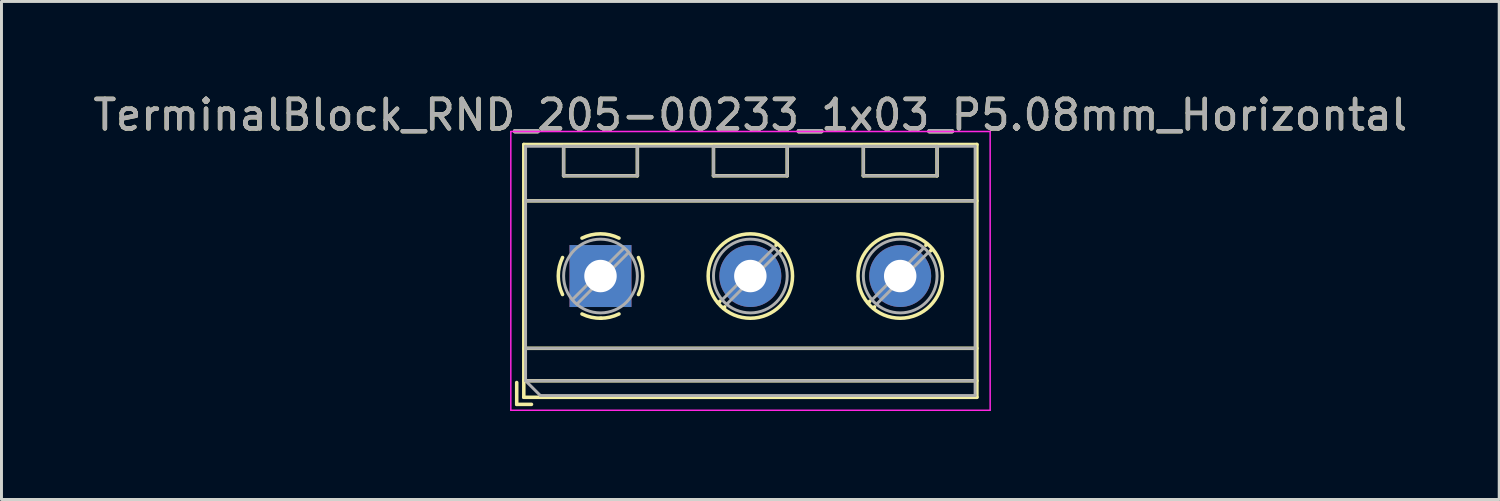
<source format=kicad_pcb>
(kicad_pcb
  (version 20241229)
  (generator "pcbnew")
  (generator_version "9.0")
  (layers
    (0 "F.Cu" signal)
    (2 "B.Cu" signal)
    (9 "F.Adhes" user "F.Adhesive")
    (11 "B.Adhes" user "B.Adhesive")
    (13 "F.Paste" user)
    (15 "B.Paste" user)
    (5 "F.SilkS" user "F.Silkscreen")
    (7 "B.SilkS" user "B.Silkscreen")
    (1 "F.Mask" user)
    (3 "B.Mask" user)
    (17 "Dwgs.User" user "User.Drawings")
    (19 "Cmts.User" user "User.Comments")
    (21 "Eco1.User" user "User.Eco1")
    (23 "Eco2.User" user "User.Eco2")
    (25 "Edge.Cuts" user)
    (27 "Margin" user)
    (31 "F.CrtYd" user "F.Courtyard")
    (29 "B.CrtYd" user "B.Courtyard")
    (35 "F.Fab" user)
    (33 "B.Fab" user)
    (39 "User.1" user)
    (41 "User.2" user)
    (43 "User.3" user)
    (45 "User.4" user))
  (footprint "TerminalBlock_RND_205-00233_1x03_P5.08mm_Horizontal"
    (layer "F.Cu")
    (at 17.307 6.308)
    (property "Reference" "TerminalBlock_RND_205-00233_1x03_P5.08mm_Horizontal" (at 5.08 -5.46 0) (layer "F.SilkS") (effects (font (size 1 1) (thickness 0.15))))
    (attr through_hole)
    (fp_line (start -2.84 3.61) (end -2.84 4.35) (stroke (width 0.12) (type solid)) (layer "F.SilkS"))
    (fp_line (start -2.84 4.35) (end -2.34 4.35) (stroke (width 0.12) (type solid)) (layer "F.SilkS"))
    (fp_line (start -2.6 -4.46) (end -2.6 4.11) (stroke (width 0.12) (type solid)) (layer "F.SilkS"))
    (fp_line (start -2.6 -4.46) (end 12.76 -4.46) (stroke (width 0.12) (type solid)) (layer "F.SilkS"))
    (fp_line (start -2.6 -2.55) (end 12.76 -2.55) (stroke (width 0.12) (type solid)) (layer "F.SilkS"))
    (fp_line (start -2.6 2.45) (end 12.76 2.45) (stroke (width 0.12) (type solid)) (layer "F.SilkS"))
    (fp_line (start -2.6 3.55) (end 12.76 3.55) (stroke (width 0.12) (type solid)) (layer "F.SilkS"))
    (fp_line (start -2.6 4.11) (end 12.76 4.11) (stroke (width 0.12) (type solid)) (layer "F.SilkS"))
    (fp_line (start -1.25 -4.4) (end -1.25 -3.4) (stroke (width 0.12) (type solid)) (layer "F.SilkS"))
    (fp_line (start -1.25 -4.4) (end 1.25 -4.4) (stroke (width 0.12) (type solid)) (layer "F.SilkS"))
    (fp_line (start -1.25 -3.4) (end 1.25 -3.4) (stroke (width 0.12) (type solid)) (layer "F.SilkS"))
    (fp_line (start 1.25 -4.4) (end 1.25 -3.4) (stroke (width 0.12) (type solid)) (layer "F.SilkS"))
    (fp_line (start 3.83 -4.4) (end 3.83 -3.4) (stroke (width 0.12) (type solid)) (layer "F.SilkS"))
    (fp_line (start 3.83 -4.4) (end 6.33 -4.4) (stroke (width 0.12) (type solid)) (layer "F.SilkS"))
    (fp_line (start 3.83 -3.4) (end 6.33 -3.4) (stroke (width 0.12) (type solid)) (layer "F.SilkS"))
    (fp_line (start 4.056 0.85) (end 3.996 0.91) (stroke (width 0.12) (type solid)) (layer "F.SilkS"))
    (fp_line (start 4.21 1.045) (end 4.17 1.085) (stroke (width 0.12) (type solid)) (layer "F.SilkS"))
    (fp_line (start 5.991 -1.085) (end 5.951 -1.045) (stroke (width 0.12) (type solid)) (layer "F.SilkS"))
    (fp_line (start 6.165 -0.91) (end 6.105 -0.851) (stroke (width 0.12) (type solid)) (layer "F.SilkS"))
    (fp_line (start 6.33 -4.4) (end 6.33 -3.4) (stroke (width 0.12) (type solid)) (layer "F.SilkS"))
    (fp_line (start 8.91 -4.4) (end 8.91 -3.4) (stroke (width 0.12) (type solid)) (layer "F.SilkS"))
    (fp_line (start 8.91 -4.4) (end 11.41 -4.4) (stroke (width 0.12) (type solid)) (layer "F.SilkS"))
    (fp_line (start 8.91 -3.4) (end 11.41 -3.4) (stroke (width 0.12) (type solid)) (layer "F.SilkS"))
    (fp_line (start 9.136 0.85) (end 9.076 0.91) (stroke (width 0.12) (type solid)) (layer "F.SilkS"))
    (fp_line (start 9.29 1.045) (end 9.25 1.085) (stroke (width 0.12) (type solid)) (layer "F.SilkS"))
    (fp_line (start 11.071 -1.085) (end 11.031 -1.045) (stroke (width 0.12) (type solid)) (layer "F.SilkS"))
    (fp_line (start 11.245 -0.91) (end 11.185 -0.851) (stroke (width 0.12) (type solid)) (layer "F.SilkS"))
    (fp_line (start 11.41 -4.4) (end 11.41 -3.4) (stroke (width 0.12) (type solid)) (layer "F.SilkS"))
    (fp_line (start 12.76 -4.46) (end 12.76 4.11) (stroke (width 0.12) (type solid)) (layer "F.SilkS"))
    (fp_arc (start -1.286611 0.626746) (mid -1.431146 -0.000697) (end -1.286 -0.628) (stroke (width 0.12) (type solid)) (layer "F.SilkS"))
    (fp_arc (start -0.627362 -1.285823) (mid -0.000201 -1.430707) (end 0.627 -1.286) (stroke (width 0.12) (type solid)) (layer "F.SilkS"))
    (fp_arc (start 0.02428 1.43094) (mid -0.310437 1.397071) (end -0.628 1.286) (stroke (width 0.12) (type solid)) (layer "F.SilkS"))
    (fp_arc (start 0.626871 1.285275) (mid 0.32168 1.393349) (end 0 1.43) (stroke (width 0.12) (type solid)) (layer "F.SilkS"))
    (fp_arc (start 1.285823 -0.627362) (mid 1.430707 -0.000201) (end 1.286 0.627) (stroke (width 0.12) (type solid)) (layer "F.SilkS"))
    (fp_circle (center 5.08 0) (end 6.51 0) (stroke (width 0.12) (type solid)) (fill no) (layer "F.SilkS"))
    (fp_circle (center 10.16 0) (end 11.59 0) (stroke (width 0.12) (type solid)) (fill no) (layer "F.SilkS"))
    (fp_line (start -3.04 -4.9) (end -3.04 4.55) (stroke (width 0.05) (type solid)) (layer "F.CrtYd"))
    (fp_line (start -3.04 4.55) (end 13.21 4.55) (stroke (width 0.05) (type solid)) (layer "F.CrtYd"))
    (fp_line (start 13.21 -4.9) (end -3.04 -4.9) (stroke (width 0.05) (type solid)) (layer "F.CrtYd"))
    (fp_line (start 13.21 4.55) (end 13.21 -4.9) (stroke (width 0.05) (type solid)) (layer "F.CrtYd"))
    (fp_line (start -2.54 -4.4) (end 12.7 -4.4) (stroke (width 0.1) (type solid)) (layer "F.Fab"))
    (fp_line (start -2.54 -2.55) (end 12.7 -2.55) (stroke (width 0.1) (type solid)) (layer "F.Fab"))
    (fp_line (start -2.54 2.45) (end 12.7 2.45) (stroke (width 0.1) (type solid)) (layer "F.Fab"))
    (fp_line (start -2.54 3.55) (end -2.54 -4.4) (stroke (width 0.1) (type solid)) (layer "F.Fab"))
    (fp_line (start -2.54 3.55) (end 12.7 3.55) (stroke (width 0.1) (type solid)) (layer "F.Fab"))
    (fp_line (start -2.04 4.05) (end -2.54 3.55) (stroke (width 0.1) (type solid)) (layer "F.Fab"))
    (fp_line (start -1.25 -4.4) (end -1.25 -3.4) (stroke (width 0.1) (type solid)) (layer "F.Fab"))
    (fp_line (start -1.25 -3.4) (end 1.25 -3.4) (stroke (width 0.1) (type solid)) (layer "F.Fab"))
    (fp_line (start 0.796 -0.948) (end -0.949 0.796) (stroke (width 0.1) (type solid)) (layer "F.Fab"))
    (fp_line (start 0.949 -0.796) (end -0.796 0.948) (stroke (width 0.1) (type solid)) (layer "F.Fab"))
    (fp_line (start 1.25 -4.4) (end -1.25 -4.4) (stroke (width 0.1) (type solid)) (layer "F.Fab"))
    (fp_line (start 1.25 -3.4) (end 1.25 -4.4) (stroke (width 0.1) (type solid)) (layer "F.Fab"))
    (fp_line (start 3.83 -4.4) (end 3.83 -3.4) (stroke (width 0.1) (type solid)) (layer "F.Fab"))
    (fp_line (start 3.83 -3.4) (end 6.33 -3.4) (stroke (width 0.1) (type solid)) (layer "F.Fab"))
    (fp_line (start 5.876 -0.948) (end 4.132 0.796) (stroke (width 0.1) (type solid)) (layer "F.Fab"))
    (fp_line (start 6.029 -0.796) (end 4.285 0.948) (stroke (width 0.1) (type solid)) (layer "F.Fab"))
    (fp_line (start 6.33 -4.4) (end 3.83 -4.4) (stroke (width 0.1) (type solid)) (layer "F.Fab"))
    (fp_line (start 6.33 -3.4) (end 6.33 -4.4) (stroke (width 0.1) (type solid)) (layer "F.Fab"))
    (fp_line (start 8.91 -4.4) (end 8.91 -3.4) (stroke (width 0.1) (type solid)) (layer "F.Fab"))
    (fp_line (start 8.91 -3.4) (end 11.41 -3.4) (stroke (width 0.1) (type solid)) (layer "F.Fab"))
    (fp_line (start 10.956 -0.948) (end 9.212 0.796) (stroke (width 0.1) (type solid)) (layer "F.Fab"))
    (fp_line (start 11.109 -0.796) (end 9.365 0.948) (stroke (width 0.1) (type solid)) (layer "F.Fab"))
    (fp_line (start 11.41 -4.4) (end 8.91 -4.4) (stroke (width 0.1) (type solid)) (layer "F.Fab"))
    (fp_line (start 11.41 -3.4) (end 11.41 -4.4) (stroke (width 0.1) (type solid)) (layer "F.Fab"))
    (fp_line (start 12.7 -4.4) (end 12.7 4.05) (stroke (width 0.1) (type solid)) (layer "F.Fab"))
    (fp_line (start 12.7 4.05) (end -2.04 4.05) (stroke (width 0.1) (type solid)) (layer "F.Fab"))
    (fp_circle (center 0 0) (end 1.25 0) (stroke (width 0.1) (type solid)) (fill no) (layer "F.Fab"))
    (fp_circle (center 5.08 0) (end 6.33 0) (stroke (width 0.1) (type solid)) (fill no) (layer "F.Fab"))
    (fp_circle (center 10.16 0) (end 11.41 0) (stroke (width 0.1) (type solid)) (fill no) (layer "F.Fab"))
    (fp_text user "${REFERENCE}" (at 5.08 -5.46 0) (layer "F.Fab") (effects (font (size 1 1) (thickness 0.15))))
    (pad "1" thru_hole rect (at 0 0) (size 2.1 2.1) (drill 1.1) (layers "*.Cu" "*.Mask"))
    (pad "2" thru_hole circle (at 5.08 0) (size 2.1 2.1) (drill 1.1) (layers "*.Cu" "*.Mask"))
    (pad "3" thru_hole circle (at 10.16 0) (size 2.1 2.1) (drill 1.1) (layers "*.Cu" "*.Mask")))
  (gr_rect
    (start -3 -3)
    (end 47.774 13.883)
    (stroke (width 0.1) (type default))
    (fill no)
    (layer "Edge.Cuts")))
</source>
